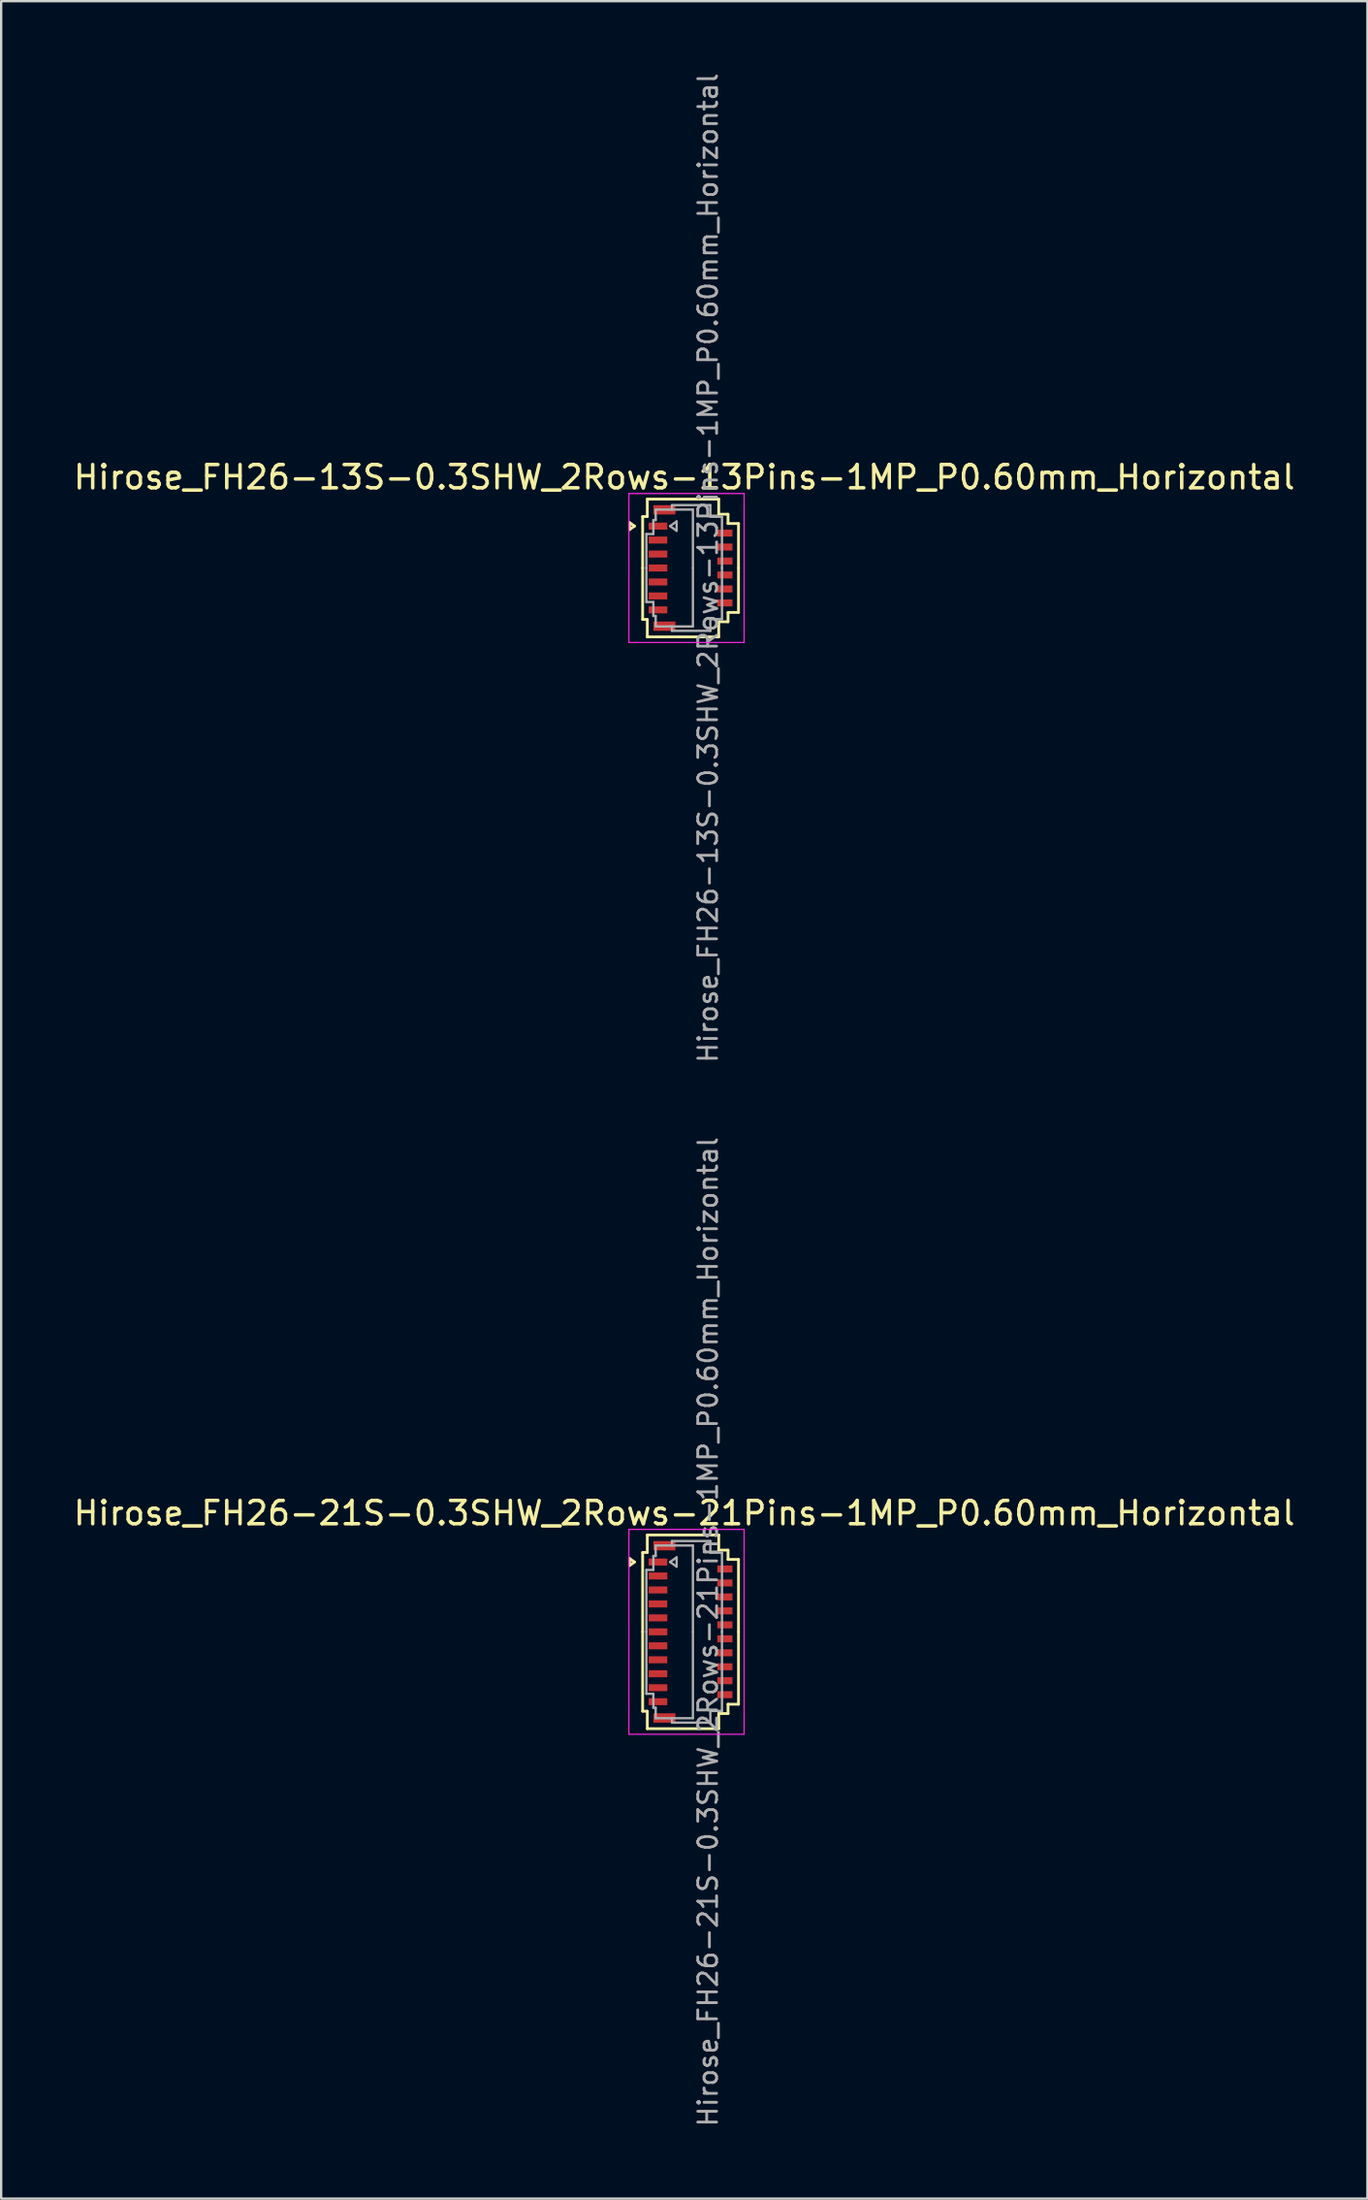
<source format=kicad_pcb>
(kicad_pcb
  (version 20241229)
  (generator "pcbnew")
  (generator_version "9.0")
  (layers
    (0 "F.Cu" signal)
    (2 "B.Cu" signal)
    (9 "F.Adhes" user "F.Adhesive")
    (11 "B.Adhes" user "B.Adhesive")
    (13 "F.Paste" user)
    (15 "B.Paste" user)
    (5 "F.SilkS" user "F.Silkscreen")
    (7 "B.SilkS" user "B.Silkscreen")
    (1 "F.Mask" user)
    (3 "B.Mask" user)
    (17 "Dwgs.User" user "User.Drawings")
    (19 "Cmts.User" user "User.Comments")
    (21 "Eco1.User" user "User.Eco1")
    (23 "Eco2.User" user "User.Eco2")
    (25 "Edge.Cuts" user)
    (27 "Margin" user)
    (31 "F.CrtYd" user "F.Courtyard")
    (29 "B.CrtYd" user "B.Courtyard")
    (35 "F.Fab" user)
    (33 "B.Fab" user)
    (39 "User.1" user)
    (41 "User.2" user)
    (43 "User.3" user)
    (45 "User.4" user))
  (footprint "Hirose_FH26-13S-0.3SHW_2Rows-13Pins-1MP_P0.60mm_Horizontal"
    (layer "F.Cu")
    (at 26.633 21.352)
    (property "Reference" "Hirose_FH26-13S-0.3SHW_2Rows-13Pins-1MP_P0.60mm_Horizontal" (at -0.27 -3.9 0) (layer "F.SilkS") (effects (font (size 1 1) (thickness 0.15))))
    (attr smd)
    (fp_line (start -2.622 -1.95) (end -2.41 -1.8) (stroke (width 0.12) (type solid)) (layer "F.SilkS"))
    (fp_line (start -2.622 -1.65) (end -2.622 -1.95) (stroke (width 0.12) (type solid)) (layer "F.SilkS"))
    (fp_line (start -2.41 -1.8) (end -2.622 -1.65) (stroke (width 0.12) (type solid)) (layer "F.SilkS"))
    (fp_line (start -2.06 -2.21) (end -2.06 0) (stroke (width 0.12) (type solid)) (layer "F.SilkS"))
    (fp_line (start -2.06 2.21) (end -2.06 0) (stroke (width 0.12) (type solid)) (layer "F.SilkS"))
    (fp_line (start -1.86 -2.96) (end -1.86 -2.21) (stroke (width 0.12) (type solid)) (layer "F.SilkS"))
    (fp_line (start -1.86 -2.21) (end -2.06 -2.21) (stroke (width 0.12) (type solid)) (layer "F.SilkS"))
    (fp_line (start -1.86 2.21) (end -2.06 2.21) (stroke (width 0.12) (type solid)) (layer "F.SilkS"))
    (fp_line (start -1.86 2.96) (end -1.86 2.21) (stroke (width 0.12) (type solid)) (layer "F.SilkS"))
    (fp_line (start 1.21 -2.96) (end -1.86 -2.96) (stroke (width 0.12) (type solid)) (layer "F.SilkS"))
    (fp_line (start 1.21 -2.31) (end 1.21 -2.96) (stroke (width 0.12) (type solid)) (layer "F.SilkS"))
    (fp_line (start 1.21 2.31) (end 1.21 2.96) (stroke (width 0.12) (type solid)) (layer "F.SilkS"))
    (fp_line (start 1.21 2.96) (end -1.86 2.96) (stroke (width 0.12) (type solid)) (layer "F.SilkS"))
    (fp_line (start 1.61 -2.31) (end 1.21 -2.31) (stroke (width 0.12) (type solid)) (layer "F.SilkS"))
    (fp_line (start 1.61 -1.91) (end 1.61 -2.31) (stroke (width 0.12) (type solid)) (layer "F.SilkS"))
    (fp_line (start 1.61 1.91) (end 1.61 2.31) (stroke (width 0.12) (type solid)) (layer "F.SilkS"))
    (fp_line (start 1.61 2.31) (end 1.21 2.31) (stroke (width 0.12) (type solid)) (layer "F.SilkS"))
    (fp_line (start 2.06 -1.91) (end 1.61 -1.91) (stroke (width 0.12) (type solid)) (layer "F.SilkS"))
    (fp_line (start 2.06 0) (end 2.06 -1.91) (stroke (width 0.12) (type solid)) (layer "F.SilkS"))
    (fp_line (start 2.06 0) (end 2.06 1.91) (stroke (width 0.12) (type solid)) (layer "F.SilkS"))
    (fp_line (start 2.06 1.91) (end 1.61 1.91) (stroke (width 0.12) (type solid)) (layer "F.SilkS"))
    (fp_line (start -2.65 -3.2) (end -2.65 3.2) (stroke (width 0.05) (type solid)) (layer "F.CrtYd"))
    (fp_line (start -2.65 3.2) (end 2.3 3.2) (stroke (width 0.05) (type solid)) (layer "F.CrtYd"))
    (fp_line (start 2.3 -3.2) (end -2.65 -3.2) (stroke (width 0.05) (type solid)) (layer "F.CrtYd"))
    (fp_line (start 2.3 3.2) (end 2.3 -3.2) (stroke (width 0.05) (type solid)) (layer "F.CrtYd"))
    (fp_line (start -1.9 -1.46) (end -1.6 -1.46) (stroke (width 0.1) (type solid)) (layer "F.Fab"))
    (fp_line (start -1.9 0) (end -1.9 -1.46) (stroke (width 0.1) (type solid)) (layer "F.Fab"))
    (fp_line (start -1.9 0) (end -1.9 1.46) (stroke (width 0.1) (type solid)) (layer "F.Fab"))
    (fp_line (start -1.9 1.46) (end -1.6 1.46) (stroke (width 0.1) (type solid)) (layer "F.Fab"))
    (fp_line (start -1.6 -2.06) (end -1.5 -2.06) (stroke (width 0.1) (type solid)) (layer "F.Fab"))
    (fp_line (start -1.6 -1.46) (end -1.6 -2.06) (stroke (width 0.1) (type solid)) (layer "F.Fab"))
    (fp_line (start -1.6 1.46) (end -1.6 2.06) (stroke (width 0.1) (type solid)) (layer "F.Fab"))
    (fp_line (start -1.6 2.06) (end -1.5 2.06) (stroke (width 0.1) (type solid)) (layer "F.Fab"))
    (fp_line (start -1.5 -2.51) (end -0.8 -2.51) (stroke (width 0.1) (type solid)) (layer "F.Fab"))
    (fp_line (start -1.5 -2.06) (end -1.5 -2.51) (stroke (width 0.1) (type solid)) (layer "F.Fab"))
    (fp_line (start -1.5 2.06) (end -1.5 2.51) (stroke (width 0.1) (type solid)) (layer "F.Fab"))
    (fp_line (start -1.5 2.51) (end -0.8 2.51) (stroke (width 0.1) (type solid)) (layer "F.Fab"))
    (fp_line (start -0.883 -1.8) (end -0.6 -1.6) (stroke (width 0.1) (type solid)) (layer "F.Fab"))
    (fp_line (start -0.8 -2.7) (end 0.85 -2.7) (stroke (width 0.1) (type solid)) (layer "F.Fab"))
    (fp_line (start -0.8 -2.51) (end -0.8 -2.7) (stroke (width 0.1) (type solid)) (layer "F.Fab"))
    (fp_line (start -0.8 2.51) (end -0.8 2.7) (stroke (width 0.1) (type solid)) (layer "F.Fab"))
    (fp_line (start -0.8 2.7) (end 0.85 2.7) (stroke (width 0.1) (type solid)) (layer "F.Fab"))
    (fp_line (start -0.6 -2) (end -0.883 -1.8) (stroke (width 0.1) (type solid)) (layer "F.Fab"))
    (fp_line (start -0.6 -1.6) (end -0.6 -2) (stroke (width 0.1) (type solid)) (layer "F.Fab"))
    (fp_line (start 0.1 -2.51) (end -0.8 -2.51) (stroke (width 0.1) (type solid)) (layer "F.Fab"))
    (fp_line (start 0.1 0) (end 0.1 -2.51) (stroke (width 0.1) (type solid)) (layer "F.Fab"))
    (fp_line (start 0.1 0) (end 0.1 2.51) (stroke (width 0.1) (type solid)) (layer "F.Fab"))
    (fp_line (start 0.1 2.51) (end -0.8 2.51) (stroke (width 0.1) (type solid)) (layer "F.Fab"))
    (fp_line (start 0.85 -2.7) (end 0.85 -2.2) (stroke (width 0.1) (type solid)) (layer "F.Fab"))
    (fp_line (start 0.85 -2.2) (end 1.35 -2.2) (stroke (width 0.1) (type solid)) (layer "F.Fab"))
    (fp_line (start 0.85 2.2) (end 1.35 2.2) (stroke (width 0.1) (type solid)) (layer "F.Fab"))
    (fp_line (start 0.85 2.7) (end 0.85 2.2) (stroke (width 0.1) (type solid)) (layer "F.Fab"))
    (fp_line (start 1.35 -2.2) (end 1.35 0) (stroke (width 0.1) (type solid)) (layer "F.Fab"))
    (fp_line (start 1.35 2.2) (end 1.35 0) (stroke (width 0.1) (type solid)) (layer "F.Fab"))
    (fp_text user "${REFERENCE}" (at 0.75 0 90) (layer "F.Fab") (effects (font (size 0.81 0.81) (thickness 0.12))))
    (pad "1" smd rect (at -1.4 -1.8) (size 0.8 0.3) (layers "F.Cu" "F.Mask" "F.Paste"))
    (pad "2" smd rect (at 1.475 -1.5) (size 0.65 0.3) (layers "F.Cu" "F.Mask" "F.Paste"))
    (pad "3" smd rect (at -1.4 -1.2) (size 0.8 0.3) (layers "F.Cu" "F.Mask" "F.Paste"))
    (pad "4" smd rect (at 1.475 -0.9) (size 0.65 0.3) (layers "F.Cu" "F.Mask" "F.Paste"))
    (pad "5" smd rect (at -1.4 -0.6) (size 0.8 0.3) (layers "F.Cu" "F.Mask" "F.Paste"))
    (pad "6" smd rect (at 1.475 -0.3) (size 0.65 0.3) (layers "F.Cu" "F.Mask" "F.Paste"))
    (pad "7" smd rect (at -1.4 0) (size 0.8 0.3) (layers "F.Cu" "F.Mask" "F.Paste"))
    (pad "8" smd rect (at 1.475 0.3) (size 0.65 0.3) (layers "F.Cu" "F.Mask" "F.Paste"))
    (pad "9" smd rect (at -1.4 0.6) (size 0.8 0.3) (layers "F.Cu" "F.Mask" "F.Paste"))
    (pad "10" smd rect (at 1.475 0.9) (size 0.65 0.3) (layers "F.Cu" "F.Mask" "F.Paste"))
    (pad "11" smd rect (at -1.4 1.2) (size 0.8 0.3) (layers "F.Cu" "F.Mask" "F.Paste"))
    (pad "12" smd rect (at 1.475 1.5) (size 0.65 0.3) (layers "F.Cu" "F.Mask" "F.Paste"))
    (pad "13" smd rect (at -1.4 1.8) (size 0.8 0.3) (layers "F.Cu" "F.Mask" "F.Paste"))
    (pad "MP" smd rect (at -1.125 -2.5) (size 0.95 0.4) (layers "F.Cu" "F.Mask" "F.Paste"))
    (pad "MP" smd rect (at -1.125 2.5) (size 0.95 0.4) (layers "F.Cu" "F.Mask" "F.Paste")))
  (footprint "Hirose_FH26-21S-0.3SHW_2Rows-21Pins-1MP_P0.60mm_Horizontal"
    (layer "F.Cu")
    (at 26.633 67.056)
    (property "Reference" "Hirose_FH26-21S-0.3SHW_2Rows-21Pins-1MP_P0.60mm_Horizontal" (at -0.27 -5.1 0) (layer "F.SilkS") (effects (font (size 1 1) (thickness 0.15))))
    (attr smd)
    (fp_line (start -2.622 -3.15) (end -2.41 -3) (stroke (width 0.12) (type solid)) (layer "F.SilkS"))
    (fp_line (start -2.622 -2.85) (end -2.622 -3.15) (stroke (width 0.12) (type solid)) (layer "F.SilkS"))
    (fp_line (start -2.41 -3) (end -2.622 -2.85) (stroke (width 0.12) (type solid)) (layer "F.SilkS"))
    (fp_line (start -2.06 -3.41) (end -2.06 0) (stroke (width 0.12) (type solid)) (layer "F.SilkS"))
    (fp_line (start -2.06 3.41) (end -2.06 0) (stroke (width 0.12) (type solid)) (layer "F.SilkS"))
    (fp_line (start -1.86 -4.16) (end -1.86 -3.41) (stroke (width 0.12) (type solid)) (layer "F.SilkS"))
    (fp_line (start -1.86 -3.41) (end -2.06 -3.41) (stroke (width 0.12) (type solid)) (layer "F.SilkS"))
    (fp_line (start -1.86 3.41) (end -2.06 3.41) (stroke (width 0.12) (type solid)) (layer "F.SilkS"))
    (fp_line (start -1.86 4.16) (end -1.86 3.41) (stroke (width 0.12) (type solid)) (layer "F.SilkS"))
    (fp_line (start 1.21 -4.16) (end -1.86 -4.16) (stroke (width 0.12) (type solid)) (layer "F.SilkS"))
    (fp_line (start 1.21 -3.51) (end 1.21 -4.16) (stroke (width 0.12) (type solid)) (layer "F.SilkS"))
    (fp_line (start 1.21 3.51) (end 1.21 4.16) (stroke (width 0.12) (type solid)) (layer "F.SilkS"))
    (fp_line (start 1.21 4.16) (end -1.86 4.16) (stroke (width 0.12) (type solid)) (layer "F.SilkS"))
    (fp_line (start 1.61 -3.51) (end 1.21 -3.51) (stroke (width 0.12) (type solid)) (layer "F.SilkS"))
    (fp_line (start 1.61 -3.11) (end 1.61 -3.51) (stroke (width 0.12) (type solid)) (layer "F.SilkS"))
    (fp_line (start 1.61 3.11) (end 1.61 3.51) (stroke (width 0.12) (type solid)) (layer "F.SilkS"))
    (fp_line (start 1.61 3.51) (end 1.21 3.51) (stroke (width 0.12) (type solid)) (layer "F.SilkS"))
    (fp_line (start 2.06 -3.11) (end 1.61 -3.11) (stroke (width 0.12) (type solid)) (layer "F.SilkS"))
    (fp_line (start 2.06 0) (end 2.06 -3.11) (stroke (width 0.12) (type solid)) (layer "F.SilkS"))
    (fp_line (start 2.06 0) (end 2.06 3.11) (stroke (width 0.12) (type solid)) (layer "F.SilkS"))
    (fp_line (start 2.06 3.11) (end 1.61 3.11) (stroke (width 0.12) (type solid)) (layer "F.SilkS"))
    (fp_line (start -2.65 -4.4) (end -2.65 4.4) (stroke (width 0.05) (type solid)) (layer "F.CrtYd"))
    (fp_line (start -2.65 4.4) (end 2.3 4.4) (stroke (width 0.05) (type solid)) (layer "F.CrtYd"))
    (fp_line (start 2.3 -4.4) (end -2.65 -4.4) (stroke (width 0.05) (type solid)) (layer "F.CrtYd"))
    (fp_line (start 2.3 4.4) (end 2.3 -4.4) (stroke (width 0.05) (type solid)) (layer "F.CrtYd"))
    (fp_line (start -1.9 -2.66) (end -1.6 -2.66) (stroke (width 0.1) (type solid)) (layer "F.Fab"))
    (fp_line (start -1.9 0) (end -1.9 -2.66) (stroke (width 0.1) (type solid)) (layer "F.Fab"))
    (fp_line (start -1.9 0) (end -1.9 2.66) (stroke (width 0.1) (type solid)) (layer "F.Fab"))
    (fp_line (start -1.9 2.66) (end -1.6 2.66) (stroke (width 0.1) (type solid)) (layer "F.Fab"))
    (fp_line (start -1.6 -3.26) (end -1.5 -3.26) (stroke (width 0.1) (type solid)) (layer "F.Fab"))
    (fp_line (start -1.6 -2.66) (end -1.6 -3.26) (stroke (width 0.1) (type solid)) (layer "F.Fab"))
    (fp_line (start -1.6 2.66) (end -1.6 3.26) (stroke (width 0.1) (type solid)) (layer "F.Fab"))
    (fp_line (start -1.6 3.26) (end -1.5 3.26) (stroke (width 0.1) (type solid)) (layer "F.Fab"))
    (fp_line (start -1.5 -3.71) (end -0.8 -3.71) (stroke (width 0.1) (type solid)) (layer "F.Fab"))
    (fp_line (start -1.5 -3.26) (end -1.5 -3.71) (stroke (width 0.1) (type solid)) (layer "F.Fab"))
    (fp_line (start -1.5 3.26) (end -1.5 3.71) (stroke (width 0.1) (type solid)) (layer "F.Fab"))
    (fp_line (start -1.5 3.71) (end -0.8 3.71) (stroke (width 0.1) (type solid)) (layer "F.Fab"))
    (fp_line (start -0.883 -3) (end -0.6 -2.8) (stroke (width 0.1) (type solid)) (layer "F.Fab"))
    (fp_line (start -0.8 -3.9) (end 0.85 -3.9) (stroke (width 0.1) (type solid)) (layer "F.Fab"))
    (fp_line (start -0.8 -3.71) (end -0.8 -3.9) (stroke (width 0.1) (type solid)) (layer "F.Fab"))
    (fp_line (start -0.8 3.71) (end -0.8 3.9) (stroke (width 0.1) (type solid)) (layer "F.Fab"))
    (fp_line (start -0.8 3.9) (end 0.85 3.9) (stroke (width 0.1) (type solid)) (layer "F.Fab"))
    (fp_line (start -0.6 -3.2) (end -0.883 -3) (stroke (width 0.1) (type solid)) (layer "F.Fab"))
    (fp_line (start -0.6 -2.8) (end -0.6 -3.2) (stroke (width 0.1) (type solid)) (layer "F.Fab"))
    (fp_line (start 0.1 -3.71) (end -0.8 -3.71) (stroke (width 0.1) (type solid)) (layer "F.Fab"))
    (fp_line (start 0.1 0) (end 0.1 -3.71) (stroke (width 0.1) (type solid)) (layer "F.Fab"))
    (fp_line (start 0.1 0) (end 0.1 3.71) (stroke (width 0.1) (type solid)) (layer "F.Fab"))
    (fp_line (start 0.1 3.71) (end -0.8 3.71) (stroke (width 0.1) (type solid)) (layer "F.Fab"))
    (fp_line (start 0.85 -3.9) (end 0.85 -3.4) (stroke (width 0.1) (type solid)) (layer "F.Fab"))
    (fp_line (start 0.85 -3.4) (end 1.35 -3.4) (stroke (width 0.1) (type solid)) (layer "F.Fab"))
    (fp_line (start 0.85 3.4) (end 1.35 3.4) (stroke (width 0.1) (type solid)) (layer "F.Fab"))
    (fp_line (start 0.85 3.9) (end 0.85 3.4) (stroke (width 0.1) (type solid)) (layer "F.Fab"))
    (fp_line (start 1.35 -3.4) (end 1.35 0) (stroke (width 0.1) (type solid)) (layer "F.Fab"))
    (fp_line (start 1.35 3.4) (end 1.35 0) (stroke (width 0.1) (type solid)) (layer "F.Fab"))
    (fp_text user "${REFERENCE}" (at 0.75 0 90) (layer "F.Fab") (effects (font (size 0.81 0.81) (thickness 0.12))))
    (pad "1" smd rect (at -1.4 -3) (size 0.8 0.3) (layers "F.Cu" "F.Mask" "F.Paste"))
    (pad "2" smd rect (at 1.475 -2.7) (size 0.65 0.3) (layers "F.Cu" "F.Mask" "F.Paste"))
    (pad "3" smd rect (at -1.4 -2.4) (size 0.8 0.3) (layers "F.Cu" "F.Mask" "F.Paste"))
    (pad "4" smd rect (at 1.475 -2.1) (size 0.65 0.3) (layers "F.Cu" "F.Mask" "F.Paste"))
    (pad "5" smd rect (at -1.4 -1.8) (size 0.8 0.3) (layers "F.Cu" "F.Mask" "F.Paste"))
    (pad "6" smd rect (at 1.475 -1.5) (size 0.65 0.3) (layers "F.Cu" "F.Mask" "F.Paste"))
    (pad "7" smd rect (at -1.4 -1.2) (size 0.8 0.3) (layers "F.Cu" "F.Mask" "F.Paste"))
    (pad "8" smd rect (at 1.475 -0.9) (size 0.65 0.3) (layers "F.Cu" "F.Mask" "F.Paste"))
    (pad "9" smd rect (at -1.4 -0.6) (size 0.8 0.3) (layers "F.Cu" "F.Mask" "F.Paste"))
    (pad "10" smd rect (at 1.475 -0.3) (size 0.65 0.3) (layers "F.Cu" "F.Mask" "F.Paste"))
    (pad "11" smd rect (at -1.4 0) (size 0.8 0.3) (layers "F.Cu" "F.Mask" "F.Paste"))
    (pad "12" smd rect (at 1.475 0.3) (size 0.65 0.3) (layers "F.Cu" "F.Mask" "F.Paste"))
    (pad "13" smd rect (at -1.4 0.6) (size 0.8 0.3) (layers "F.Cu" "F.Mask" "F.Paste"))
    (pad "14" smd rect (at 1.475 0.9) (size 0.65 0.3) (layers "F.Cu" "F.Mask" "F.Paste"))
    (pad "15" smd rect (at -1.4 1.2) (size 0.8 0.3) (layers "F.Cu" "F.Mask" "F.Paste"))
    (pad "16" smd rect (at 1.475 1.5) (size 0.65 0.3) (layers "F.Cu" "F.Mask" "F.Paste"))
    (pad "17" smd rect (at -1.4 1.8) (size 0.8 0.3) (layers "F.Cu" "F.Mask" "F.Paste"))
    (pad "18" smd rect (at 1.475 2.1) (size 0.65 0.3) (layers "F.Cu" "F.Mask" "F.Paste"))
    (pad "19" smd rect (at -1.4 2.4) (size 0.8 0.3) (layers "F.Cu" "F.Mask" "F.Paste"))
    (pad "20" smd rect (at 1.475 2.7) (size 0.65 0.3) (layers "F.Cu" "F.Mask" "F.Paste"))
    (pad "21" smd rect (at -1.4 3) (size 0.8 0.3) (layers "F.Cu" "F.Mask" "F.Paste"))
    (pad "MP" smd rect (at -1.125 -3.7) (size 0.95 0.4) (layers "F.Cu" "F.Mask" "F.Paste"))
    (pad "MP" smd rect (at -1.125 3.7) (size 0.95 0.4) (layers "F.Cu" "F.Mask" "F.Paste")))
  (gr_rect
    (start -3 -3)
    (end 55.726 91.407)
    (stroke (width 0.1) (type default))
    (fill no)
    (layer "Edge.Cuts")))
</source>
